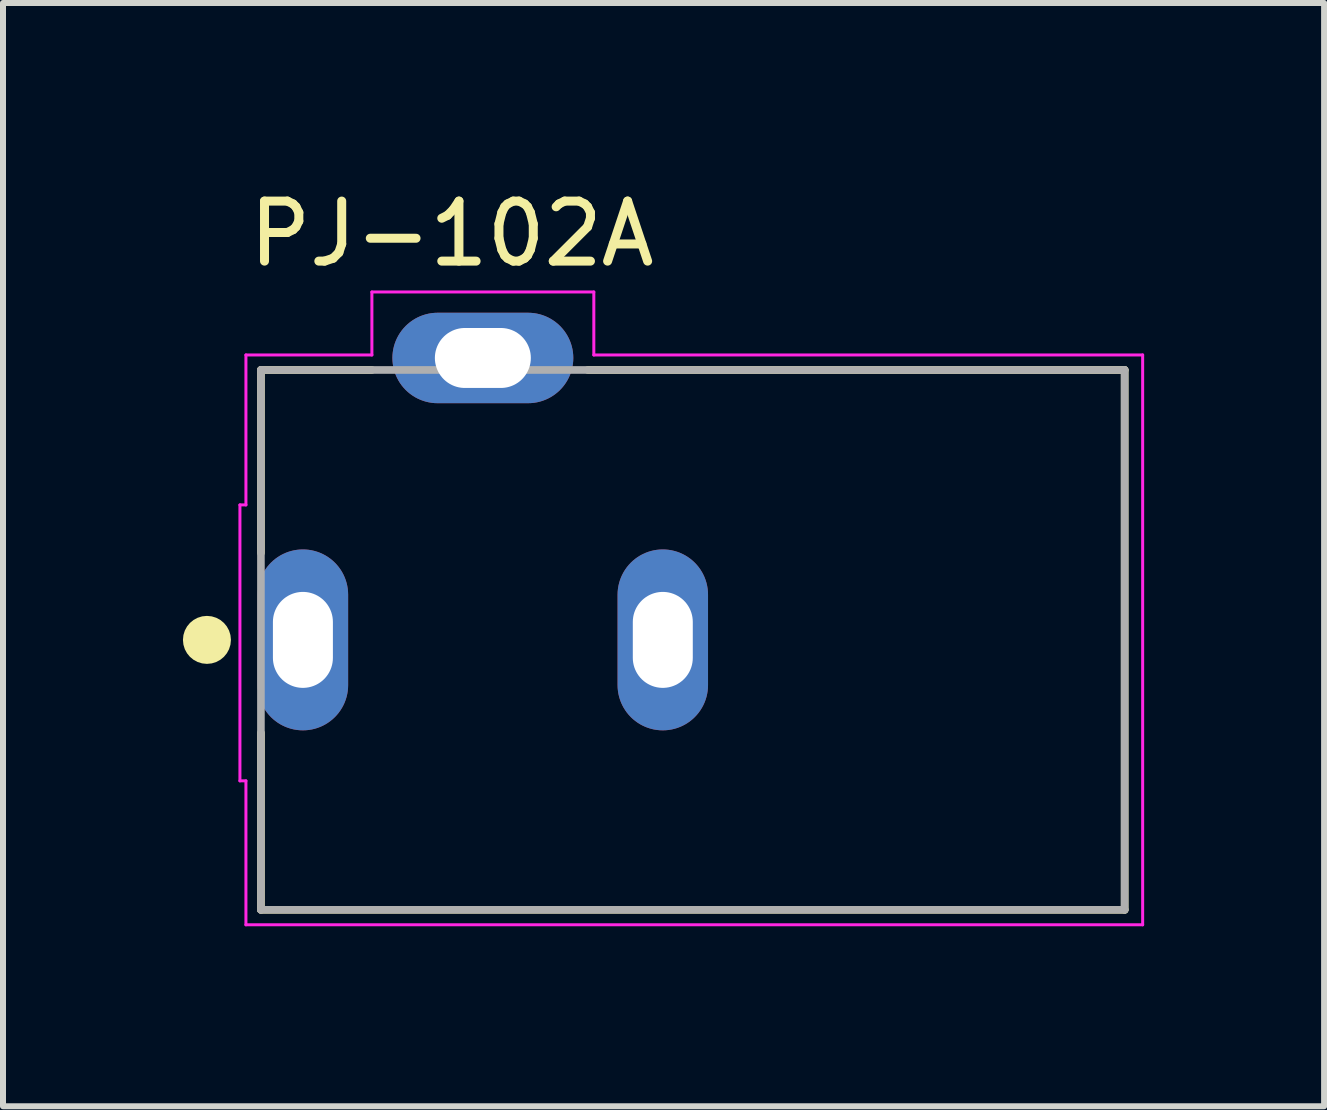
<source format=kicad_pcb>
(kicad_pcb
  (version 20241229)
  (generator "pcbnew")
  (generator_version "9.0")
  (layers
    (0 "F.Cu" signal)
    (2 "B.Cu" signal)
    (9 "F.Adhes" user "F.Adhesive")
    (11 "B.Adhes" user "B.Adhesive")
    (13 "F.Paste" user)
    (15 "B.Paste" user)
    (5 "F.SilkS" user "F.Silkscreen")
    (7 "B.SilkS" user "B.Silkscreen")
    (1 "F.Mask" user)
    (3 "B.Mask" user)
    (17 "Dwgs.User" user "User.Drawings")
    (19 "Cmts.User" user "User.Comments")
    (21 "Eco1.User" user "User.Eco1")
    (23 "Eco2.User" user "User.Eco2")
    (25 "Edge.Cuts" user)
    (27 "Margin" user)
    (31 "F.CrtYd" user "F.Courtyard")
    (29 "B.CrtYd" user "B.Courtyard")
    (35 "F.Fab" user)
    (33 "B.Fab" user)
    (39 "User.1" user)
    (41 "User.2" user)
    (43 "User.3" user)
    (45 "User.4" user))
  (footprint "PJ-102A"
    (layer "F.Cu")
    (at 8.5 7.618)
    (property "Reference" "PJ-102A" (at -4.018 -6.77 0) (layer "F.SilkS") (effects (font (size 1.001 1.001) (thickness 0.15))))
    (attr through_hole)
    (fp_line (start -7.2 -4.5) (end -5.35 -4.5) (stroke (width 0.127) (type solid)) (layer "F.SilkS"))
    (fp_line (start -7.2 -1.45) (end -7.2 -4.5) (stroke (width 0.127) (type solid)) (layer "F.SilkS"))
    (fp_line (start -7.2 4.5) (end -7.2 1.55) (stroke (width 0.127) (type solid)) (layer "F.SilkS"))
    (fp_line (start -1.75 -4.5) (end 7.2 -4.5) (stroke (width 0.127) (type solid)) (layer "F.SilkS"))
    (fp_line (start 7.2 -4.5) (end 7.2 4.5) (stroke (width 0.127) (type solid)) (layer "F.SilkS"))
    (fp_line (start 7.2 4.5) (end -7.2 4.5) (stroke (width 0.127) (type solid)) (layer "F.SilkS"))
    (fp_circle (center -8.1 0) (end -7.9 0) (stroke (width 0.4) (type solid)) (fill no) (layer "F.SilkS"))
    (fp_line (start -7.55 -2.25) (end -7.55 2.35) (stroke (width 0.05) (type solid)) (layer "F.CrtYd"))
    (fp_line (start -7.55 2.35) (end -7.45 2.35) (stroke (width 0.05) (type solid)) (layer "F.CrtYd"))
    (fp_line (start -7.45 -4.75) (end -5.35 -4.75) (stroke (width 0.05) (type solid)) (layer "F.CrtYd"))
    (fp_line (start -7.45 -2.25) (end -7.55 -2.25) (stroke (width 0.05) (type solid)) (layer "F.CrtYd"))
    (fp_line (start -7.45 -2.25) (end -7.45 -4.75) (stroke (width 0.05) (type solid)) (layer "F.CrtYd"))
    (fp_line (start -7.45 4.75) (end -7.45 2.35) (stroke (width 0.05) (type solid)) (layer "F.CrtYd"))
    (fp_line (start -5.35 -5.8) (end -1.65 -5.8) (stroke (width 0.05) (type solid)) (layer "F.CrtYd"))
    (fp_line (start -5.35 -4.75) (end -5.35 -5.8) (stroke (width 0.05) (type solid)) (layer "F.CrtYd"))
    (fp_line (start -1.65 -5.8) (end -1.65 -4.75) (stroke (width 0.05) (type solid)) (layer "F.CrtYd"))
    (fp_line (start -1.65 -4.75) (end 7.5 -4.75) (stroke (width 0.05) (type solid)) (layer "F.CrtYd"))
    (fp_line (start 7.5 -4.75) (end 7.5 4.75) (stroke (width 0.05) (type solid)) (layer "F.CrtYd"))
    (fp_line (start 7.5 4.75) (end -7.45 4.75) (stroke (width 0.05) (type solid)) (layer "F.CrtYd"))
    (fp_line (start -7.2 -4.5) (end 7.2 -4.5) (stroke (width 0.127) (type solid)) (layer "F.Fab"))
    (fp_line (start -7.2 4.5) (end -7.2 -4.5) (stroke (width 0.127) (type solid)) (layer "F.Fab"))
    (fp_line (start 7.2 -4.5) (end 7.2 4.5) (stroke (width 0.127) (type solid)) (layer "F.Fab"))
    (fp_line (start 7.2 4.5) (end -7.2 4.5) (stroke (width 0.127) (type solid)) (layer "F.Fab"))
    (pad "1" thru_hole oval (at -6.5 0) (size 1.508 3.016) (drill oval 1 1.6) (layers "*.Cu" "*.Mask"))
    (pad "2" thru_hole oval (at -0.5 0) (size 1.508 3.016) (drill oval 1 1.6) (layers "*.Cu" "*.Mask"))
    (pad "3" thru_hole oval (at -3.5 -4.7) (size 3.016 1.508) (drill oval 1.6 1) (layers "*.Cu" "*.Mask")))
  (gr_rect
    (start -3 -3)
    (end 19.025 15.393)
    (stroke (width 0.1) (type default))
    (fill no)
    (layer "Edge.Cuts")))
</source>
